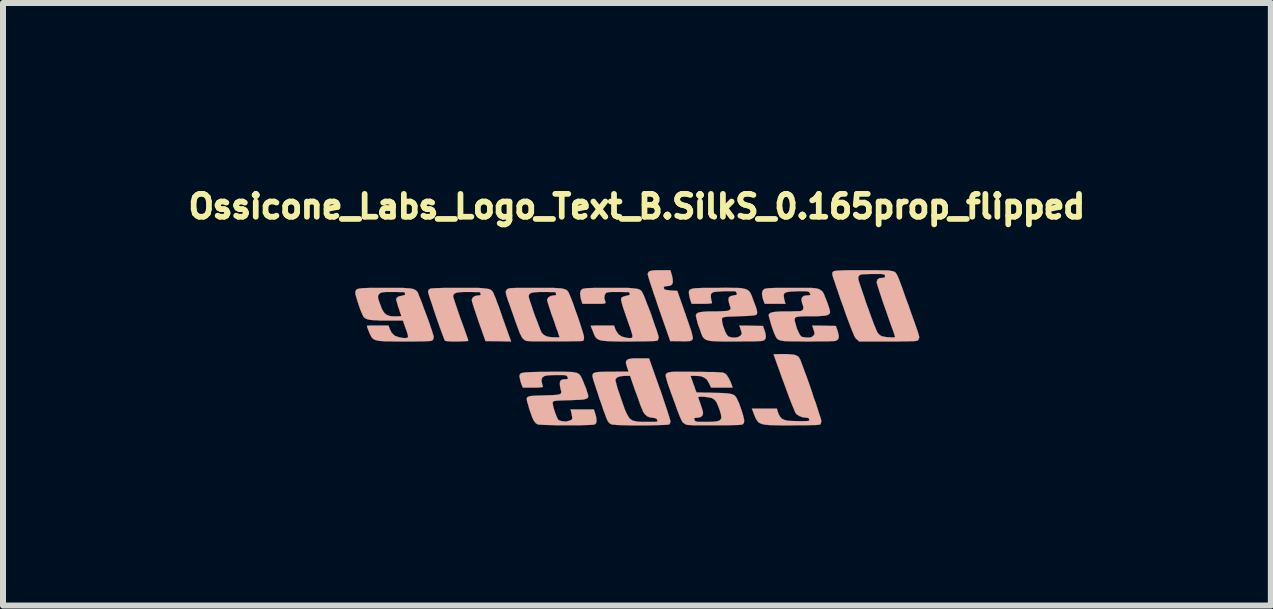
<source format=kicad_pcb>
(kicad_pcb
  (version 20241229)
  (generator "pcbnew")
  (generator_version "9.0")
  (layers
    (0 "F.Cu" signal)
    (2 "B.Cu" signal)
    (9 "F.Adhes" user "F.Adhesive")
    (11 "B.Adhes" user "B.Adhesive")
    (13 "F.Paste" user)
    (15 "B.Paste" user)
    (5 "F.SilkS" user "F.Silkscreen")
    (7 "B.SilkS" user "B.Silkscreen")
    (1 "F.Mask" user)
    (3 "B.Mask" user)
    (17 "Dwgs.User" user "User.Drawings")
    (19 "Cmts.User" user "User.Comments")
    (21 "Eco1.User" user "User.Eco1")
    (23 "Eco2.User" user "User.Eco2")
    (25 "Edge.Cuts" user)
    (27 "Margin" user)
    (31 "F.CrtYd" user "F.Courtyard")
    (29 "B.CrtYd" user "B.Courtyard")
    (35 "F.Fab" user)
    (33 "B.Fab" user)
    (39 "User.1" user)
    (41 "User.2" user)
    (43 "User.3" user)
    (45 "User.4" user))
  (footprint "Ossicone_Labs_Logo_Text_B.SilkS_0.165prop_flipped"
    (layer "F.Cu")
    (at 7.561 0.39)
    (property "Reference" "Ossicone_Labs_Logo_Text_B.SilkS_0.165prop_flipped" (at 0 0 0) (layer "F.SilkS") (effects (font (size 0.381 0.381) (thickness 0.127))))
    (attr through_hole)
    (fp_poly (pts (xy 0.18 1.13) (xy 0.185 1.151) (xy 0.198 1.196) (xy 0.218 1.262) (xy 0.246 1.344) (xy 0.277 1.44) (xy 0.315 1.547) (xy 0.353 1.664) (xy 0.368 1.707) (xy 0.556 2.243) (xy 0.724 2.245) (xy 0.798 2.248) (xy 0.848 2.245) (xy 0.881 2.243) (xy 0.902 2.235) (xy 0.914 2.228) (xy 0.925 2.217) (xy 0.93 2.205) (xy 0.932 2.187) (xy 0.927 2.162) (xy 0.919 2.126) (xy 0.907 2.078) (xy 0.884 2.012) (xy 0.856 1.928) (xy 0.818 1.821) (xy 0.798 1.76) (xy 0.673 1.405) (xy 0.572 1.4) (xy 0.516 1.394) (xy 0.475 1.387) (xy 0.457 1.379) (xy 0.447 1.349) (xy 0.46 1.333) (xy 0.498 1.328) (xy 0.549 1.321) (xy 0.584 1.303) (xy 0.599 1.267) (xy 0.597 1.214) (xy 0.582 1.138) (xy 0.579 1.133) (xy 0.559 1.062) (xy 0.396 1.062) (xy 0.312 1.062) (xy 0.254 1.067) (xy 0.216 1.077) (xy 0.193 1.09) (xy 0.183 1.113) (xy 0.18 1.13)) (stroke (width 0.003) (type solid)) (fill yes) (layer "B.SilkS"))
    (fp_poly (pts (xy 1.915 3.368) (xy 1.943 3.439) (xy 1.963 3.493) (xy 1.981 3.533) (xy 2.002 3.566) (xy 2.024 3.594) (xy 2.055 3.614) (xy 2.093 3.627) (xy 2.144 3.637) (xy 2.212 3.642) (xy 2.299 3.645) (xy 2.405 3.647) (xy 2.537 3.647) (xy 2.578 3.647) (xy 2.715 3.645) (xy 2.824 3.645) (xy 2.913 3.642) (xy 2.977 3.642) (xy 3.02 3.637) (xy 3.048 3.635) (xy 3.058 3.63) (xy 3.068 3.604) (xy 3.073 3.571) (xy 3.068 3.551) (xy 3.056 3.508) (xy 3.035 3.447) (xy 3.01 3.368) (xy 2.982 3.279) (xy 2.946 3.183) (xy 2.913 3.078) (xy 2.878 2.977) (xy 2.842 2.875) (xy 2.807 2.781) (xy 2.776 2.697) (xy 2.751 2.629) (xy 2.731 2.576) (xy 2.718 2.543) (xy 2.715 2.54) (xy 2.695 2.507) (xy 2.667 2.487) (xy 2.624 2.471) (xy 2.568 2.464) (xy 2.489 2.459) (xy 2.446 2.459) (xy 2.38 2.459) (xy 2.327 2.461) (xy 2.291 2.461) (xy 2.278 2.464) (xy 2.281 2.477) (xy 2.296 2.515) (xy 2.316 2.573) (xy 2.342 2.647) (xy 2.375 2.736) (xy 2.41 2.837) (xy 2.451 2.946) (xy 2.499 3.076) (xy 2.54 3.19) (xy 2.578 3.287) (xy 2.611 3.365) (xy 2.634 3.421) (xy 2.652 3.454) (xy 2.657 3.459) (xy 2.703 3.49) (xy 2.764 3.513) (xy 2.824 3.52) (xy 2.852 3.523) (xy 2.863 3.526) (xy 2.868 3.543) (xy 2.873 3.553) (xy 2.873 3.564) (xy 2.865 3.569) (xy 2.842 3.574) (xy 2.802 3.576) (xy 2.741 3.576) (xy 2.69 3.576) (xy 2.591 3.574) (xy 2.515 3.569) (xy 2.459 3.556) (xy 2.416 3.536) (xy 2.388 3.505) (xy 2.362 3.462) (xy 2.347 3.419) (xy 2.332 3.368) (xy 2.123 3.368) (xy 1.915 3.368)) (stroke (width 0.003) (type solid)) (fill yes) (layer "B.SilkS"))
    (fp_poly (pts (xy -3.48 1.422) (xy -3.475 1.443) (xy -3.462 1.486) (xy -3.442 1.549) (xy -3.416 1.623) (xy -3.388 1.709) (xy -3.358 1.801) (xy -3.325 1.895) (xy -3.292 1.989) (xy -3.261 2.075) (xy -3.233 2.151) (xy -3.208 2.215) (xy -3.205 2.225) (xy -3.198 2.235) (xy -3.185 2.24) (xy -3.16 2.245) (xy -3.117 2.248) (xy -3.056 2.25) (xy -3.002 2.25) (xy -2.931 2.248) (xy -2.873 2.245) (xy -2.83 2.243) (xy -2.809 2.24) (xy -2.809 2.238) (xy -2.812 2.223) (xy -2.824 2.184) (xy -2.845 2.126) (xy -2.87 2.055) (xy -2.901 1.968) (xy -2.934 1.88) (xy -2.967 1.786) (xy -2.997 1.697) (xy -3.023 1.621) (xy -3.043 1.56) (xy -3.056 1.519) (xy -3.061 1.499) (xy -3.056 1.473) (xy -3.04 1.453) (xy -3.01 1.438) (xy -2.962 1.43) (xy -2.891 1.425) (xy -2.804 1.425) (xy -2.736 1.425) (xy -2.677 1.427) (xy -2.634 1.427) (xy -2.614 1.43) (xy -2.611 1.43) (xy -2.609 1.448) (xy -2.603 1.458) (xy -2.603 1.473) (xy -2.624 1.481) (xy -2.642 1.481) (xy -2.695 1.491) (xy -2.733 1.514) (xy -2.751 1.552) (xy -2.751 1.562) (xy -2.746 1.585) (xy -2.733 1.631) (xy -2.713 1.694) (xy -2.687 1.77) (xy -2.657 1.859) (xy -2.637 1.92) (xy -2.522 2.243) (xy -2.309 2.245) (xy -2.095 2.25) (xy -2.167 2.05) (xy -2.2 1.958) (xy -2.238 1.852) (xy -2.273 1.748) (xy -2.306 1.656) (xy -2.334 1.585) (xy -2.357 1.519) (xy -2.38 1.468) (xy -2.393 1.435) (xy -2.398 1.427) (xy -2.41 1.41) (xy -2.428 1.392) (xy -2.449 1.382) (xy -2.479 1.372) (xy -2.522 1.367) (xy -2.578 1.361) (xy -2.649 1.356) (xy -2.743 1.356) (xy -2.86 1.356) (xy -2.959 1.356) (xy -3.078 1.356) (xy -3.185 1.356) (xy -3.277 1.359) (xy -3.353 1.361) (xy -3.406 1.364) (xy -3.439 1.367) (xy -3.442 1.369) (xy -3.47 1.387) (xy -3.48 1.42) (xy -3.48 1.422)) (stroke (width 0.003) (type solid)) (fill yes) (layer "B.SilkS"))
    (fp_poly (pts (xy -0.947 1.453) (xy -0.937 1.519) (xy -0.93 1.552) (xy -0.907 1.621) (xy -0.711 1.621) (xy -0.632 1.621) (xy -0.579 1.621) (xy -0.546 1.618) (xy -0.528 1.613) (xy -0.521 1.605) (xy -0.523 1.595) (xy -0.541 1.534) (xy -0.538 1.481) (xy -0.523 1.453) (xy -0.511 1.44) (xy -0.493 1.433) (xy -0.465 1.427) (xy -0.424 1.425) (xy -0.363 1.425) (xy -0.312 1.425) (xy -0.244 1.425) (xy -0.185 1.427) (xy -0.145 1.427) (xy -0.127 1.43) (xy -0.122 1.448) (xy -0.117 1.458) (xy -0.122 1.471) (xy -0.145 1.481) (xy -0.168 1.486) (xy -0.211 1.496) (xy -0.244 1.511) (xy -0.249 1.514) (xy -0.262 1.529) (xy -0.264 1.549) (xy -0.259 1.58) (xy -0.249 1.618) (xy -0.239 1.656) (xy -0.218 1.717) (xy -0.193 1.791) (xy -0.165 1.872) (xy -0.142 1.938) (xy -0.109 2.029) (xy -0.089 2.095) (xy -0.076 2.141) (xy -0.074 2.172) (xy -0.084 2.187) (xy -0.102 2.192) (xy -0.135 2.192) (xy -0.175 2.187) (xy -0.251 2.167) (xy -0.307 2.129) (xy -0.348 2.068) (xy -0.358 2.047) (xy -0.381 1.984) (xy -0.574 1.984) (xy -0.645 1.984) (xy -0.704 1.984) (xy -0.747 1.986) (xy -0.767 1.986) (xy -0.765 2.002) (xy -0.752 2.035) (xy -0.739 2.065) (xy -0.721 2.111) (xy -0.706 2.149) (xy -0.688 2.179) (xy -0.665 2.202) (xy -0.635 2.22) (xy -0.594 2.233) (xy -0.538 2.24) (xy -0.47 2.245) (xy -0.381 2.248) (xy -0.269 2.25) (xy -0.132 2.25) (xy -0.122 2.25) (xy 0.013 2.248) (xy 0.122 2.248) (xy 0.208 2.245) (xy 0.272 2.243) (xy 0.315 2.24) (xy 0.338 2.235) (xy 0.345 2.233) (xy 0.358 2.207) (xy 0.363 2.179) (xy 0.358 2.156) (xy 0.345 2.111) (xy 0.325 2.05) (xy 0.297 1.974) (xy 0.269 1.89) (xy 0.239 1.801) (xy 0.206 1.714) (xy 0.173 1.631) (xy 0.145 1.557) (xy 0.122 1.496) (xy 0.102 1.453) (xy 0.091 1.433) (xy 0.079 1.412) (xy 0.061 1.394) (xy 0.038 1.382) (xy 0.008 1.372) (xy -0.033 1.367) (xy -0.089 1.361) (xy -0.163 1.356) (xy -0.257 1.356) (xy -0.373 1.356) (xy -0.45 1.356) (xy -0.582 1.356) (xy -0.688 1.356) (xy -0.772 1.359) (xy -0.833 1.361) (xy -0.876 1.367) (xy -0.902 1.372) (xy -0.909 1.374) (xy -0.937 1.402) (xy -0.947 1.453)) (stroke (width 0.003) (type solid)) (fill yes) (layer "B.SilkS"))
    (fp_poly (pts (xy -0.742 2.822) (xy -0.737 2.847) (xy -0.724 2.893) (xy -0.704 2.957) (xy -0.678 3.035) (xy -0.65 3.119) (xy -0.622 3.208) (xy -0.589 3.297) (xy -0.561 3.383) (xy -0.533 3.457) (xy -0.511 3.518) (xy -0.493 3.561) (xy -0.483 3.579) (xy -0.455 3.612) (xy -0.424 3.63) (xy -0.401 3.635) (xy -0.358 3.637) (xy -0.358 2.885) (xy -0.358 2.883) (xy -0.335 2.852) (xy -0.287 2.832) (xy -0.216 2.822) (xy -0.196 2.822) (xy -0.114 2.822) (xy -0.036 3.048) (xy 0.005 3.157) (xy 0.036 3.244) (xy 0.058 3.31) (xy 0.079 3.36) (xy 0.094 3.396) (xy 0.104 3.421) (xy 0.117 3.439) (xy 0.127 3.454) (xy 0.137 3.467) (xy 0.14 3.467) (xy 0.17 3.495) (xy 0.206 3.51) (xy 0.249 3.518) (xy 0.302 3.526) (xy 0.333 3.543) (xy 0.335 3.548) (xy 0.343 3.571) (xy 0.34 3.581) (xy 0.323 3.586) (xy 0.282 3.589) (xy 0.229 3.589) (xy 0.165 3.589) (xy 0.102 3.589) (xy 0.041 3.586) (xy -0.008 3.581) (xy -0.033 3.576) (xy -0.069 3.566) (xy -0.097 3.551) (xy -0.124 3.528) (xy -0.147 3.493) (xy -0.173 3.444) (xy -0.203 3.376) (xy -0.234 3.287) (xy -0.264 3.2) (xy -0.295 3.109) (xy -0.323 3.028) (xy -0.34 2.962) (xy -0.353 2.913) (xy -0.358 2.885) (xy -0.358 3.637) (xy -0.353 3.64) (xy -0.287 3.642) (xy -0.208 3.645) (xy -0.114 3.647) (xy -0.015 3.647) (xy 0.086 3.647) (xy 0.185 3.647) (xy 0.282 3.645) (xy 0.368 3.642) (xy 0.442 3.64) (xy 0.498 3.637) (xy 0.533 3.632) (xy 0.541 3.63) (xy 0.556 3.604) (xy 0.559 3.576) (xy 0.554 3.556) (xy 0.541 3.513) (xy 0.521 3.447) (xy 0.495 3.368) (xy 0.462 3.272) (xy 0.427 3.165) (xy 0.389 3.053) (xy 0.381 3.035) (xy 0.203 2.53) (xy 0.033 2.53) (xy -0.056 2.53) (xy -0.117 2.537) (xy -0.157 2.55) (xy -0.178 2.573) (xy -0.183 2.609) (xy -0.17 2.657) (xy -0.16 2.69) (xy -0.147 2.725) (xy -0.14 2.746) (xy -0.14 2.748) (xy -0.152 2.751) (xy -0.191 2.751) (xy -0.246 2.751) (xy -0.318 2.751) (xy -0.399 2.753) (xy -0.404 2.753) (xy -0.511 2.753) (xy -0.592 2.756) (xy -0.65 2.758) (xy -0.693 2.766) (xy -0.719 2.776) (xy -0.734 2.789) (xy -0.739 2.809) (xy -0.742 2.822)) (stroke (width 0.003) (type solid)) (fill yes) (layer "B.SilkS"))
    (fp_poly (pts (xy -2.184 1.417) (xy -2.184 1.435) (xy -2.179 1.466) (xy -2.167 1.506) (xy -2.149 1.562) (xy -2.121 1.636) (xy -2.088 1.732) (xy -2.06 1.811) (xy -2.022 1.92) (xy -1.991 2.004) (xy -1.966 2.07) (xy -1.948 2.118) (xy -1.93 2.151) (xy -1.918 2.177) (xy -1.905 2.195) (xy -1.892 2.207) (xy -1.88 2.22) (xy -1.877 2.22) (xy -1.867 2.228) (xy -1.854 2.235) (xy -1.836 2.24) (xy -1.811 2.243) (xy -1.803 2.243) (xy -1.803 1.499) (xy -1.798 1.473) (xy -1.783 1.453) (xy -1.753 1.438) (xy -1.704 1.43) (xy -1.633 1.425) (xy -1.547 1.425) (xy -1.478 1.425) (xy -1.42 1.427) (xy -1.377 1.427) (xy -1.356 1.43) (xy -1.354 1.43) (xy -1.351 1.448) (xy -1.346 1.458) (xy -1.346 1.473) (xy -1.367 1.481) (xy -1.384 1.481) (xy -1.435 1.491) (xy -1.476 1.514) (xy -1.494 1.547) (xy -1.496 1.557) (xy -1.491 1.58) (xy -1.478 1.626) (xy -1.458 1.687) (xy -1.435 1.758) (xy -1.417 1.811) (xy -1.387 1.892) (xy -1.361 1.968) (xy -1.339 2.035) (xy -1.318 2.085) (xy -1.313 2.106) (xy -1.288 2.179) (xy -1.377 2.179) (xy -1.433 2.177) (xy -1.486 2.169) (xy -1.514 2.159) (xy -1.554 2.136) (xy -1.582 2.108) (xy -1.585 2.108) (xy -1.595 2.083) (xy -1.615 2.037) (xy -1.638 1.976) (xy -1.666 1.902) (xy -1.697 1.824) (xy -1.725 1.745) (xy -1.75 1.669) (xy -1.773 1.6) (xy -1.791 1.547) (xy -1.801 1.509) (xy -1.803 1.499) (xy -1.803 2.243) (xy -1.775 2.245) (xy -1.725 2.248) (xy -1.659 2.248) (xy -1.57 2.248) (xy -1.46 2.248) (xy -1.377 2.248) (xy -1.265 2.248) (xy -1.163 2.248) (xy -1.072 2.245) (xy -0.998 2.245) (xy -0.94 2.243) (xy -0.907 2.24) (xy -0.897 2.24) (xy -0.886 2.223) (xy -0.881 2.189) (xy -0.881 2.182) (xy -0.884 2.156) (xy -0.897 2.108) (xy -0.917 2.045) (xy -0.942 1.966) (xy -0.97 1.88) (xy -1.001 1.791) (xy -1.034 1.702) (xy -1.062 1.618) (xy -1.09 1.544) (xy -1.115 1.483) (xy -1.133 1.443) (xy -1.14 1.427) (xy -1.153 1.41) (xy -1.171 1.392) (xy -1.194 1.382) (xy -1.224 1.372) (xy -1.265 1.364) (xy -1.321 1.361) (xy -1.394 1.356) (xy -1.488 1.356) (xy -1.605 1.356) (xy -1.697 1.356) (xy -1.819 1.356) (xy -1.918 1.356) (xy -1.994 1.356) (xy -2.05 1.359) (xy -2.093 1.359) (xy -2.121 1.364) (xy -2.141 1.367) (xy -2.154 1.374) (xy -2.162 1.382) (xy -2.167 1.384) (xy -2.174 1.394) (xy -2.182 1.405) (xy -2.184 1.417)) (stroke (width 0.003) (type solid)) (fill yes) (layer "B.SilkS"))
    (fp_poly (pts (xy 3.256 1.128) (xy 3.259 1.148) (xy 3.272 1.191) (xy 3.294 1.255) (xy 3.32 1.333) (xy 3.353 1.427) (xy 3.388 1.534) (xy 3.429 1.646) (xy 3.437 1.666) (xy 3.482 1.798) (xy 3.523 1.908) (xy 3.556 1.994) (xy 3.581 2.062) (xy 3.604 2.113) (xy 3.619 2.154) (xy 3.635 2.179) (xy 3.647 2.2) (xy 3.66 2.21) (xy 3.688 2.235) (xy 3.688 1.201) (xy 3.691 1.173) (xy 3.701 1.153) (xy 3.724 1.138) (xy 3.762 1.13) (xy 3.818 1.128) (xy 3.896 1.125) (xy 3.932 1.125) (xy 4.008 1.125) (xy 4.064 1.125) (xy 4.097 1.128) (xy 4.117 1.133) (xy 4.128 1.14) (xy 4.133 1.151) (xy 4.133 1.156) (xy 4.133 1.179) (xy 4.115 1.186) (xy 4.094 1.189) (xy 4.039 1.194) (xy 4.008 1.217) (xy 3.995 1.257) (xy 3.995 1.262) (xy 4 1.285) (xy 4.013 1.331) (xy 4.034 1.397) (xy 4.061 1.478) (xy 4.092 1.572) (xy 4.128 1.676) (xy 4.15 1.737) (xy 4.186 1.841) (xy 4.219 1.935) (xy 4.249 2.019) (xy 4.275 2.088) (xy 4.29 2.139) (xy 4.3 2.167) (xy 4.303 2.174) (xy 4.29 2.179) (xy 4.257 2.182) (xy 4.214 2.179) (xy 4.163 2.177) (xy 4.117 2.169) (xy 4.084 2.162) (xy 4.074 2.159) (xy 4.034 2.131) (xy 4.006 2.095) (xy 3.993 2.068) (xy 3.973 2.019) (xy 3.947 1.956) (xy 3.917 1.875) (xy 3.884 1.786) (xy 3.851 1.692) (xy 3.815 1.595) (xy 3.785 1.501) (xy 3.754 1.412) (xy 3.729 1.336) (xy 3.706 1.27) (xy 3.693 1.224) (xy 3.688 1.201) (xy 3.688 2.235) (xy 3.703 2.25) (xy 4.183 2.25) (xy 4.313 2.25) (xy 4.417 2.248) (xy 4.501 2.248) (xy 4.564 2.245) (xy 4.61 2.245) (xy 4.643 2.24) (xy 4.666 2.238) (xy 4.679 2.233) (xy 4.686 2.225) (xy 4.704 2.192) (xy 4.702 2.164) (xy 4.696 2.139) (xy 4.681 2.09) (xy 4.658 2.024) (xy 4.63 1.943) (xy 4.597 1.852) (xy 4.562 1.753) (xy 4.526 1.648) (xy 4.488 1.547) (xy 4.453 1.45) (xy 4.422 1.359) (xy 4.392 1.28) (xy 4.369 1.217) (xy 4.351 1.173) (xy 4.343 1.158) (xy 4.331 1.133) (xy 4.318 1.113) (xy 4.305 1.097) (xy 4.285 1.085) (xy 4.257 1.077) (xy 4.216 1.069) (xy 4.163 1.064) (xy 4.094 1.064) (xy 4.006 1.062) (xy 3.894 1.062) (xy 3.772 1.062) (xy 3.637 1.062) (xy 3.531 1.062) (xy 3.444 1.064) (xy 3.378 1.067) (xy 3.33 1.069) (xy 3.297 1.074) (xy 3.274 1.082) (xy 3.261 1.092) (xy 3.256 1.105) (xy 3.256 1.12) (xy 3.256 1.128)) (stroke (width 0.003) (type solid)) (fill yes) (layer "B.SilkS"))
    (fp_poly (pts (xy 2.083 1.45) (xy 2.093 1.516) (xy 2.103 1.552) (xy 2.129 1.621) (xy 2.304 1.621) (xy 2.477 1.621) (xy 2.466 1.59) (xy 2.456 1.552) (xy 2.449 1.509) (xy 2.446 1.476) (xy 2.454 1.453) (xy 2.474 1.435) (xy 2.51 1.425) (xy 2.563 1.417) (xy 2.642 1.415) (xy 2.672 1.412) (xy 2.748 1.412) (xy 2.802 1.412) (xy 2.835 1.415) (xy 2.855 1.42) (xy 2.868 1.427) (xy 2.873 1.433) (xy 2.891 1.46) (xy 2.883 1.476) (xy 2.855 1.481) (xy 2.837 1.481) (xy 2.784 1.488) (xy 2.751 1.514) (xy 2.741 1.554) (xy 2.753 1.613) (xy 2.761 1.633) (xy 2.774 1.676) (xy 2.771 1.704) (xy 2.766 1.717) (xy 2.758 1.727) (xy 2.748 1.735) (xy 2.728 1.742) (xy 2.695 1.745) (xy 2.647 1.745) (xy 2.576 1.748) (xy 2.532 1.748) (xy 2.418 1.748) (xy 2.332 1.753) (xy 2.268 1.76) (xy 2.225 1.773) (xy 2.202 1.791) (xy 2.197 1.798) (xy 2.197 1.821) (xy 2.207 1.862) (xy 2.223 1.918) (xy 2.24 1.979) (xy 2.263 2.045) (xy 2.283 2.101) (xy 2.304 2.149) (xy 2.306 2.154) (xy 2.319 2.179) (xy 2.334 2.2) (xy 2.352 2.215) (xy 2.375 2.228) (xy 2.41 2.235) (xy 2.456 2.243) (xy 2.517 2.245) (xy 2.598 2.248) (xy 2.7 2.248) (xy 2.824 2.25) (xy 2.86 2.25) (xy 2.987 2.248) (xy 3.086 2.248) (xy 3.167 2.248) (xy 3.226 2.245) (xy 3.269 2.243) (xy 3.302 2.24) (xy 3.32 2.235) (xy 3.335 2.228) (xy 3.358 2.202) (xy 3.365 2.164) (xy 3.355 2.111) (xy 3.34 2.06) (xy 3.315 1.991) (xy 3.119 1.986) (xy 2.921 1.984) (xy 2.944 2.055) (xy 2.957 2.095) (xy 2.959 2.121) (xy 2.951 2.139) (xy 2.936 2.156) (xy 2.908 2.177) (xy 2.87 2.184) (xy 2.837 2.184) (xy 2.791 2.179) (xy 2.751 2.172) (xy 2.741 2.167) (xy 2.72 2.144) (xy 2.695 2.098) (xy 2.667 2.035) (xy 2.644 1.956) (xy 2.637 1.933) (xy 2.629 1.897) (xy 2.629 1.872) (xy 2.637 1.854) (xy 2.659 1.841) (xy 2.697 1.834) (xy 2.758 1.831) (xy 2.84 1.829) (xy 2.891 1.829) (xy 2.997 1.829) (xy 3.078 1.824) (xy 3.139 1.819) (xy 3.18 1.808) (xy 3.203 1.793) (xy 3.216 1.775) (xy 3.218 1.753) (xy 3.213 1.725) (xy 3.198 1.676) (xy 3.178 1.615) (xy 3.155 1.557) (xy 3.134 1.504) (xy 3.117 1.46) (xy 3.099 1.427) (xy 3.076 1.402) (xy 3.048 1.384) (xy 3.012 1.369) (xy 2.962 1.361) (xy 2.896 1.356) (xy 2.812 1.356) (xy 2.705 1.356) (xy 2.578 1.356) (xy 2.446 1.356) (xy 2.339 1.356) (xy 2.258 1.359) (xy 2.197 1.361) (xy 2.154 1.367) (xy 2.129 1.372) (xy 2.123 1.374) (xy 2.095 1.402) (xy 2.083 1.45)) (stroke (width 0.003) (type solid)) (fill yes) (layer "B.SilkS"))
    (fp_poly (pts (xy 0.48 2.807) (xy 0.48 2.827) (xy 0.488 2.857) (xy 0.5 2.903) (xy 0.518 2.962) (xy 0.546 3.04) (xy 0.582 3.142) (xy 0.602 3.195) (xy 0.643 3.307) (xy 0.673 3.393) (xy 0.699 3.459) (xy 0.719 3.51) (xy 0.737 3.548) (xy 0.749 3.574) (xy 0.762 3.592) (xy 0.777 3.607) (xy 0.79 3.617) (xy 0.803 3.625) (xy 0.815 3.632) (xy 0.833 3.637) (xy 0.859 3.64) (xy 0.894 3.642) (xy 0.945 3.645) (xy 0.953 3.645) (xy 0.953 3.538) (xy 0.958 3.526) (xy 0.983 3.52) (xy 1.006 3.52) (xy 1.059 3.51) (xy 1.092 3.485) (xy 1.102 3.444) (xy 1.1 3.419) (xy 1.087 3.373) (xy 1.069 3.32) (xy 1.062 3.299) (xy 1.044 3.246) (xy 1.029 3.205) (xy 1.021 3.183) (xy 1.019 3.178) (xy 1.031 3.172) (xy 1.064 3.17) (xy 1.11 3.17) (xy 1.158 3.175) (xy 1.206 3.183) (xy 1.242 3.19) (xy 1.252 3.193) (xy 1.283 3.213) (xy 1.308 3.236) (xy 1.331 3.272) (xy 1.354 3.325) (xy 1.377 3.386) (xy 1.397 3.452) (xy 1.407 3.5) (xy 1.402 3.538) (xy 1.379 3.564) (xy 1.336 3.579) (xy 1.27 3.586) (xy 1.181 3.589) (xy 1.151 3.589) (xy 1.077 3.589) (xy 1.029 3.589) (xy 0.996 3.584) (xy 0.978 3.579) (xy 0.968 3.569) (xy 0.965 3.564) (xy 0.953 3.538) (xy 0.953 3.645) (xy 1.011 3.645) (xy 1.1 3.645) (xy 1.212 3.645) (xy 1.283 3.645) (xy 1.417 3.645) (xy 1.532 3.645) (xy 1.626 3.642) (xy 1.697 3.64) (xy 1.742 3.635) (xy 1.763 3.632) (xy 1.783 3.604) (xy 1.788 3.569) (xy 1.783 3.536) (xy 1.77 3.482) (xy 1.75 3.416) (xy 1.727 3.348) (xy 1.704 3.282) (xy 1.679 3.228) (xy 1.661 3.19) (xy 1.643 3.165) (xy 1.626 3.147) (xy 1.598 3.132) (xy 1.562 3.122) (xy 1.511 3.114) (xy 1.443 3.109) (xy 1.354 3.106) (xy 1.275 3.104) (xy 1.189 3.101) (xy 1.115 3.101) (xy 1.054 3.099) (xy 1.011 3.099) (xy 0.993 3.096) (xy 0.988 3.084) (xy 0.975 3.051) (xy 0.958 3) (xy 0.942 2.959) (xy 0.894 2.822) (xy 0.98 2.822) (xy 1.062 2.827) (xy 1.12 2.85) (xy 1.166 2.885) (xy 1.201 2.944) (xy 1.237 3.018) (xy 1.415 3.018) (xy 1.595 3.018) (xy 1.585 2.987) (xy 1.562 2.924) (xy 1.532 2.863) (xy 1.501 2.814) (xy 1.473 2.784) (xy 1.46 2.779) (xy 1.443 2.771) (xy 1.42 2.766) (xy 1.384 2.764) (xy 1.339 2.761) (xy 1.275 2.758) (xy 1.191 2.758) (xy 1.087 2.756) (xy 0.988 2.756) (xy 0.864 2.753) (xy 0.762 2.753) (xy 0.683 2.753) (xy 0.625 2.753) (xy 0.582 2.756) (xy 0.551 2.761) (xy 0.528 2.764) (xy 0.513 2.769) (xy 0.508 2.774) (xy 0.495 2.781) (xy 0.485 2.791) (xy 0.48 2.807)) (stroke (width 0.003) (type solid)) (fill yes) (layer "B.SilkS"))
    (fp_poly (pts (xy -4.691 1.433) (xy -4.689 1.463) (xy -4.676 1.509) (xy -4.658 1.57) (xy -4.636 1.638) (xy -4.613 1.704) (xy -4.59 1.763) (xy -4.569 1.808) (xy -4.559 1.829) (xy -4.542 1.852) (xy -4.516 1.869) (xy -4.486 1.882) (xy -4.44 1.89) (xy -4.376 1.895) (xy -4.313 1.897) (xy -4.313 1.504) (xy -4.308 1.478) (xy -4.295 1.46) (xy -4.288 1.453) (xy -4.275 1.443) (xy -4.257 1.435) (xy -4.232 1.43) (xy -4.188 1.425) (xy -4.13 1.425) (xy -4.067 1.425) (xy -3.995 1.425) (xy -3.937 1.427) (xy -3.894 1.427) (xy -3.871 1.43) (xy -3.868 1.43) (xy -3.866 1.448) (xy -3.861 1.458) (xy -3.863 1.471) (xy -3.889 1.481) (xy -3.912 1.486) (xy -3.97 1.499) (xy -4.003 1.524) (xy -4.011 1.549) (xy -4.006 1.572) (xy -3.993 1.615) (xy -3.978 1.669) (xy -3.967 1.697) (xy -3.95 1.753) (xy -3.934 1.796) (xy -3.927 1.821) (xy -3.927 1.826) (xy -3.94 1.829) (xy -3.973 1.829) (xy -4.021 1.831) (xy -4.028 1.831) (xy -4.087 1.829) (xy -4.13 1.821) (xy -4.163 1.808) (xy -4.178 1.798) (xy -4.206 1.775) (xy -4.229 1.742) (xy -4.252 1.697) (xy -4.27 1.648) (xy -4.295 1.582) (xy -4.31 1.534) (xy -4.313 1.504) (xy -4.313 1.897) (xy -4.295 1.9) (xy -4.191 1.9) (xy -4.171 1.9) (xy -3.899 1.9) (xy -3.858 2.017) (xy -3.833 2.085) (xy -3.818 2.134) (xy -3.813 2.162) (xy -3.815 2.179) (xy -3.828 2.187) (xy -3.848 2.192) (xy -3.886 2.192) (xy -3.937 2.184) (xy -3.962 2.179) (xy -4.034 2.154) (xy -4.084 2.106) (xy -4.12 2.037) (xy -4.12 2.032) (xy -4.138 1.984) (xy -4.318 1.984) (xy -4.384 1.984) (xy -4.442 1.984) (xy -4.481 1.986) (xy -4.498 1.989) (xy -4.493 2.012) (xy -4.478 2.052) (xy -4.46 2.098) (xy -4.44 2.141) (xy -4.425 2.169) (xy -4.425 2.172) (xy -4.409 2.192) (xy -4.392 2.207) (xy -4.369 2.22) (xy -4.341 2.23) (xy -4.3 2.238) (xy -4.247 2.243) (xy -4.178 2.248) (xy -4.089 2.248) (xy -3.978 2.25) (xy -3.863 2.25) (xy -3.739 2.25) (xy -3.642 2.248) (xy -3.564 2.248) (xy -3.508 2.245) (xy -3.465 2.243) (xy -3.437 2.24) (xy -3.416 2.235) (xy -3.406 2.23) (xy -3.401 2.225) (xy -3.386 2.195) (xy -3.386 2.159) (xy -3.396 2.131) (xy -3.411 2.08) (xy -3.434 2.014) (xy -3.459 1.938) (xy -3.49 1.852) (xy -3.523 1.765) (xy -3.556 1.679) (xy -3.584 1.598) (xy -3.612 1.529) (xy -3.635 1.473) (xy -3.647 1.438) (xy -3.653 1.43) (xy -3.668 1.41) (xy -3.686 1.394) (xy -3.708 1.382) (xy -3.739 1.372) (xy -3.782 1.364) (xy -3.838 1.361) (xy -3.914 1.356) (xy -4.008 1.356) (xy -4.128 1.356) (xy -4.194 1.356) (xy -4.323 1.356) (xy -4.43 1.356) (xy -4.511 1.359) (xy -4.575 1.361) (xy -4.62 1.367) (xy -4.651 1.374) (xy -4.671 1.384) (xy -4.684 1.4) (xy -4.689 1.417) (xy -4.691 1.433)) (stroke (width 0.003) (type solid)) (fill yes) (layer "B.SilkS"))
    (fp_poly (pts (xy 0.866 1.438) (xy 0.871 1.483) (xy 0.884 1.537) (xy 0.889 1.554) (xy 0.912 1.621) (xy 1.085 1.621) (xy 1.158 1.621) (xy 1.206 1.618) (xy 1.237 1.615) (xy 1.25 1.61) (xy 1.252 1.603) (xy 1.25 1.595) (xy 1.242 1.567) (xy 1.234 1.524) (xy 1.234 1.516) (xy 1.232 1.481) (xy 1.237 1.455) (xy 1.255 1.438) (xy 1.285 1.425) (xy 1.339 1.42) (xy 1.41 1.415) (xy 1.463 1.412) (xy 1.537 1.412) (xy 1.59 1.412) (xy 1.623 1.412) (xy 1.643 1.417) (xy 1.654 1.425) (xy 1.659 1.438) (xy 1.661 1.44) (xy 1.666 1.46) (xy 1.659 1.473) (xy 1.631 1.478) (xy 1.61 1.481) (xy 1.56 1.494) (xy 1.532 1.516) (xy 1.524 1.552) (xy 1.534 1.605) (xy 1.544 1.636) (xy 1.557 1.674) (xy 1.562 1.694) (xy 1.56 1.707) (xy 1.547 1.72) (xy 1.542 1.725) (xy 1.529 1.732) (xy 1.506 1.74) (xy 1.471 1.742) (xy 1.417 1.745) (xy 1.341 1.748) (xy 1.3 1.748) (xy 1.196 1.748) (xy 1.115 1.753) (xy 1.057 1.76) (xy 1.019 1.77) (xy 0.993 1.788) (xy 0.983 1.808) (xy 0.983 1.816) (xy 0.986 1.841) (xy 0.998 1.887) (xy 1.013 1.948) (xy 1.036 2.014) (xy 1.039 2.019) (xy 1.059 2.078) (xy 1.077 2.126) (xy 1.092 2.164) (xy 1.115 2.195) (xy 1.14 2.215) (xy 1.176 2.23) (xy 1.222 2.24) (xy 1.285 2.245) (xy 1.367 2.248) (xy 1.468 2.25) (xy 1.593 2.25) (xy 1.641 2.25) (xy 1.768 2.248) (xy 1.869 2.248) (xy 1.948 2.248) (xy 2.009 2.245) (xy 2.052 2.243) (xy 2.085 2.24) (xy 2.106 2.235) (xy 2.118 2.228) (xy 2.121 2.228) (xy 2.144 2.202) (xy 2.149 2.164) (xy 2.141 2.111) (xy 2.126 2.06) (xy 2.101 1.991) (xy 1.902 1.986) (xy 1.707 1.984) (xy 1.73 2.055) (xy 1.742 2.095) (xy 1.745 2.121) (xy 1.737 2.139) (xy 1.722 2.154) (xy 1.684 2.177) (xy 1.633 2.184) (xy 1.577 2.182) (xy 1.529 2.167) (xy 1.521 2.164) (xy 1.501 2.139) (xy 1.476 2.095) (xy 1.455 2.042) (xy 1.435 1.984) (xy 1.422 1.93) (xy 1.417 1.887) (xy 1.42 1.862) (xy 1.427 1.852) (xy 1.445 1.847) (xy 1.473 1.841) (xy 1.516 1.836) (xy 1.58 1.834) (xy 1.666 1.831) (xy 1.692 1.829) (xy 1.775 1.826) (xy 1.849 1.824) (xy 1.91 1.819) (xy 1.953 1.814) (xy 1.971 1.811) (xy 1.991 1.801) (xy 2.002 1.786) (xy 2.004 1.763) (xy 1.999 1.727) (xy 1.984 1.679) (xy 1.958 1.608) (xy 1.943 1.57) (xy 1.923 1.514) (xy 1.905 1.468) (xy 1.887 1.433) (xy 1.864 1.405) (xy 1.834 1.384) (xy 1.796 1.372) (xy 1.745 1.361) (xy 1.676 1.356) (xy 1.59 1.356) (xy 1.481 1.354) (xy 1.367 1.356) (xy 1.234 1.356) (xy 1.128 1.356) (xy 1.044 1.359) (xy 0.98 1.361) (xy 0.935 1.367) (xy 0.902 1.377) (xy 0.881 1.387) (xy 0.871 1.402) (xy 0.866 1.42) (xy 0.866 1.438)) (stroke (width 0.003) (type solid)) (fill yes) (layer "B.SilkS"))
    (fp_poly (pts (xy -1.956 2.827) (xy -1.953 2.852) (xy -1.951 2.857) (xy -1.941 2.908) (xy -1.923 2.962) (xy -1.923 2.964) (xy -1.9 3.018) (xy -1.732 3.018) (xy -1.666 3.018) (xy -1.615 3.015) (xy -1.577 3.01) (xy -1.565 3.005) (xy -1.57 2.985) (xy -1.58 2.951) (xy -1.58 2.949) (xy -1.59 2.893) (xy -1.577 2.852) (xy -1.539 2.824) (xy -1.534 2.824) (xy -1.504 2.817) (xy -1.45 2.812) (xy -1.387 2.809) (xy -1.333 2.809) (xy -1.262 2.809) (xy -1.217 2.809) (xy -1.189 2.814) (xy -1.171 2.822) (xy -1.161 2.832) (xy -1.161 2.835) (xy -1.148 2.86) (xy -1.153 2.873) (xy -1.179 2.878) (xy -1.199 2.878) (xy -1.237 2.883) (xy -1.265 2.893) (xy -1.267 2.896) (xy -1.283 2.926) (xy -1.283 2.977) (xy -1.273 3.038) (xy -1.27 3.048) (xy -1.26 3.078) (xy -1.26 3.101) (xy -1.267 3.117) (xy -1.29 3.129) (xy -1.328 3.137) (xy -1.387 3.142) (xy -1.466 3.145) (xy -1.534 3.147) (xy -1.631 3.15) (xy -1.704 3.152) (xy -1.758 3.157) (xy -1.793 3.162) (xy -1.816 3.172) (xy -1.829 3.183) (xy -1.836 3.198) (xy -1.834 3.221) (xy -1.826 3.261) (xy -1.808 3.317) (xy -1.791 3.381) (xy -1.768 3.444) (xy -1.748 3.503) (xy -1.727 3.551) (xy -1.712 3.579) (xy -1.684 3.612) (xy -1.654 3.63) (xy -1.631 3.635) (xy -1.585 3.637) (xy -1.519 3.64) (xy -1.438 3.642) (xy -1.344 3.645) (xy -1.245 3.645) (xy -1.143 3.645) (xy -1.041 3.645) (xy -0.945 3.645) (xy -0.861 3.642) (xy -0.79 3.64) (xy -0.737 3.637) (xy -0.706 3.632) (xy -0.701 3.632) (xy -0.678 3.609) (xy -0.671 3.569) (xy -0.678 3.51) (xy -0.693 3.454) (xy -0.716 3.381) (xy -0.912 3.381) (xy -1.107 3.381) (xy -1.097 3.411) (xy -1.09 3.447) (xy -1.082 3.493) (xy -1.079 3.495) (xy -1.077 3.531) (xy -1.085 3.551) (xy -1.113 3.564) (xy -1.123 3.569) (xy -1.186 3.584) (xy -1.255 3.576) (xy -1.3 3.561) (xy -1.318 3.541) (xy -1.336 3.503) (xy -1.356 3.452) (xy -1.377 3.393) (xy -1.392 3.34) (xy -1.402 3.292) (xy -1.402 3.261) (xy -1.402 3.256) (xy -1.392 3.249) (xy -1.374 3.241) (xy -1.344 3.236) (xy -1.295 3.233) (xy -1.227 3.231) (xy -1.135 3.228) (xy -1.123 3.228) (xy -1.019 3.223) (xy -0.942 3.221) (xy -0.886 3.216) (xy -0.848 3.205) (xy -0.826 3.195) (xy -0.813 3.18) (xy -0.81 3.162) (xy -0.81 3.157) (xy -0.815 3.132) (xy -0.831 3.086) (xy -0.848 3.028) (xy -0.874 2.967) (xy -0.897 2.908) (xy -0.919 2.857) (xy -0.937 2.824) (xy -0.94 2.819) (xy -0.955 2.802) (xy -0.973 2.786) (xy -0.996 2.774) (xy -1.029 2.766) (xy -1.077 2.758) (xy -1.138 2.756) (xy -1.217 2.753) (xy -1.316 2.753) (xy -1.44 2.753) (xy -1.488 2.756) (xy -1.615 2.756) (xy -1.72 2.758) (xy -1.798 2.761) (xy -1.859 2.764) (xy -1.902 2.771) (xy -1.93 2.779) (xy -1.946 2.791) (xy -1.953 2.807) (xy -1.956 2.827)) (stroke (width 0.003) (type solid)) (fill yes) (layer "B.SilkS")))
  (gr_rect
    (start -3 -3)
    (end 18.123 7.039)
    (stroke (width 0.1) (type default))
    (fill no)
    (layer "Edge.Cuts")))
</source>
